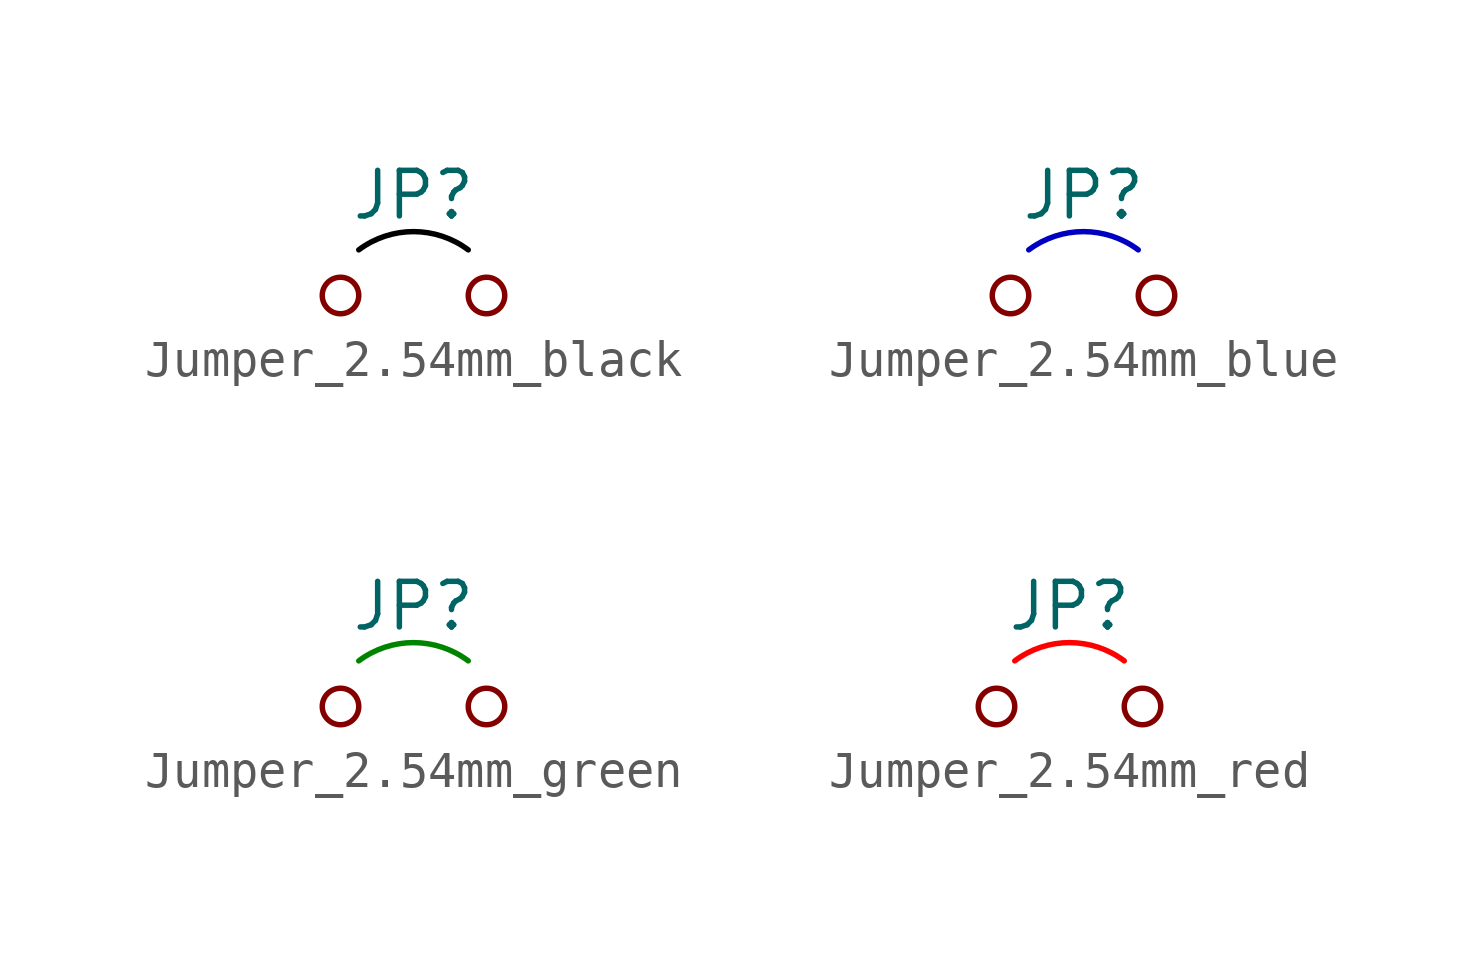
<source format=kicad_sym>
(kicad_symbol_lib
  (version 20231120)
  (generator "kicad_symbol_editor")
  (generator_version "8.0")
  (symbol "Jumper_2.54mm_black"
    (pin_numbers hide)
    (pin_names
      (offset 0) hide)
    (property "Reference" "JP"
      (at 0 2.794 0)
      (effects (font (size 1.27 1.27))))
    (symbol "Jumper_2.54mm_black_0_0"
      (circle (center -2.032 0) (radius 0.508) (stroke (width 0) (type default)) (fill (type none)))
      (circle (center 2.032 0) (radius 0.508) (stroke (width 0) (type default)) (fill (type none))))
    (symbol "Jumper_2.54mm_black_1_1"
      (arc (start 1.524 1.27) (mid 0 1.778) (end -1.524 1.27) (stroke (width 0) (type default) (color 0 0 0 1)) (fill (type none)))))
  (symbol "Jumper_2.54mm_blue"
    (pin_numbers hide)
    (pin_names
      (offset 0) hide)
    (property "Reference" "JP"
      (at 0 2.794 0)
      (effects (font (size 1.27 1.27))))
    (symbol "Jumper_2.54mm_blue_0_0"
      (circle (center -2.032 0) (radius 0.508) (stroke (width 0) (type default)) (fill (type none)))
      (circle (center 2.032 0) (radius 0.508) (stroke (width 0) (type default)) (fill (type none))))
    (symbol "Jumper_2.54mm_blue_1_1"
      (arc (start 1.524 1.27) (mid 0 1.778) (end -1.524 1.27) (stroke (width 0) (type default) (color 0 0 194 1)) (fill (type none)))))
  (symbol "Jumper_2.54mm_green"
    (pin_numbers hide)
    (pin_names
      (offset 0) hide)
    (property "Reference" "JP"
      (at 0 2.794 0)
      (effects (font (size 1.27 1.27))))
    (symbol "Jumper_2.54mm_green_0_0"
      (circle (center -2.032 0) (radius 0.508) (stroke (width 0) (type default)) (fill (type none)))
      (circle (center 2.032 0) (radius 0.508) (stroke (width 0) (type default)) (fill (type none))))
    (symbol "Jumper_2.54mm_green_1_1"
      (arc (start 1.524 1.27) (mid 0 1.778) (end -1.524 1.27) (stroke (width 0) (type default) (color 0 132 0 1)) (fill (type none)))))
  (symbol "Jumper_2.54mm_red"
    (pin_numbers hide)
    (pin_names
      (offset 0) hide)
    (property "Reference" "JP"
      (at 0 2.794 0)
      (effects (font (size 1.27 1.27))))
    (symbol "Jumper_2.54mm_red_0_0"
      (circle (center -2.032 0) (radius 0.508) (stroke (width 0) (type default)) (fill (type none)))
      (circle (center 2.032 0) (radius 0.508) (stroke (width 0) (type default)) (fill (type none))))
    (symbol "Jumper_2.54mm_red_1_1"
      (arc (start 1.524 1.27) (mid 0 1.778) (end -1.524 1.27) (stroke (width 0) (type default) (color 255 0 0 1)) (fill (type none))))))
</source>
